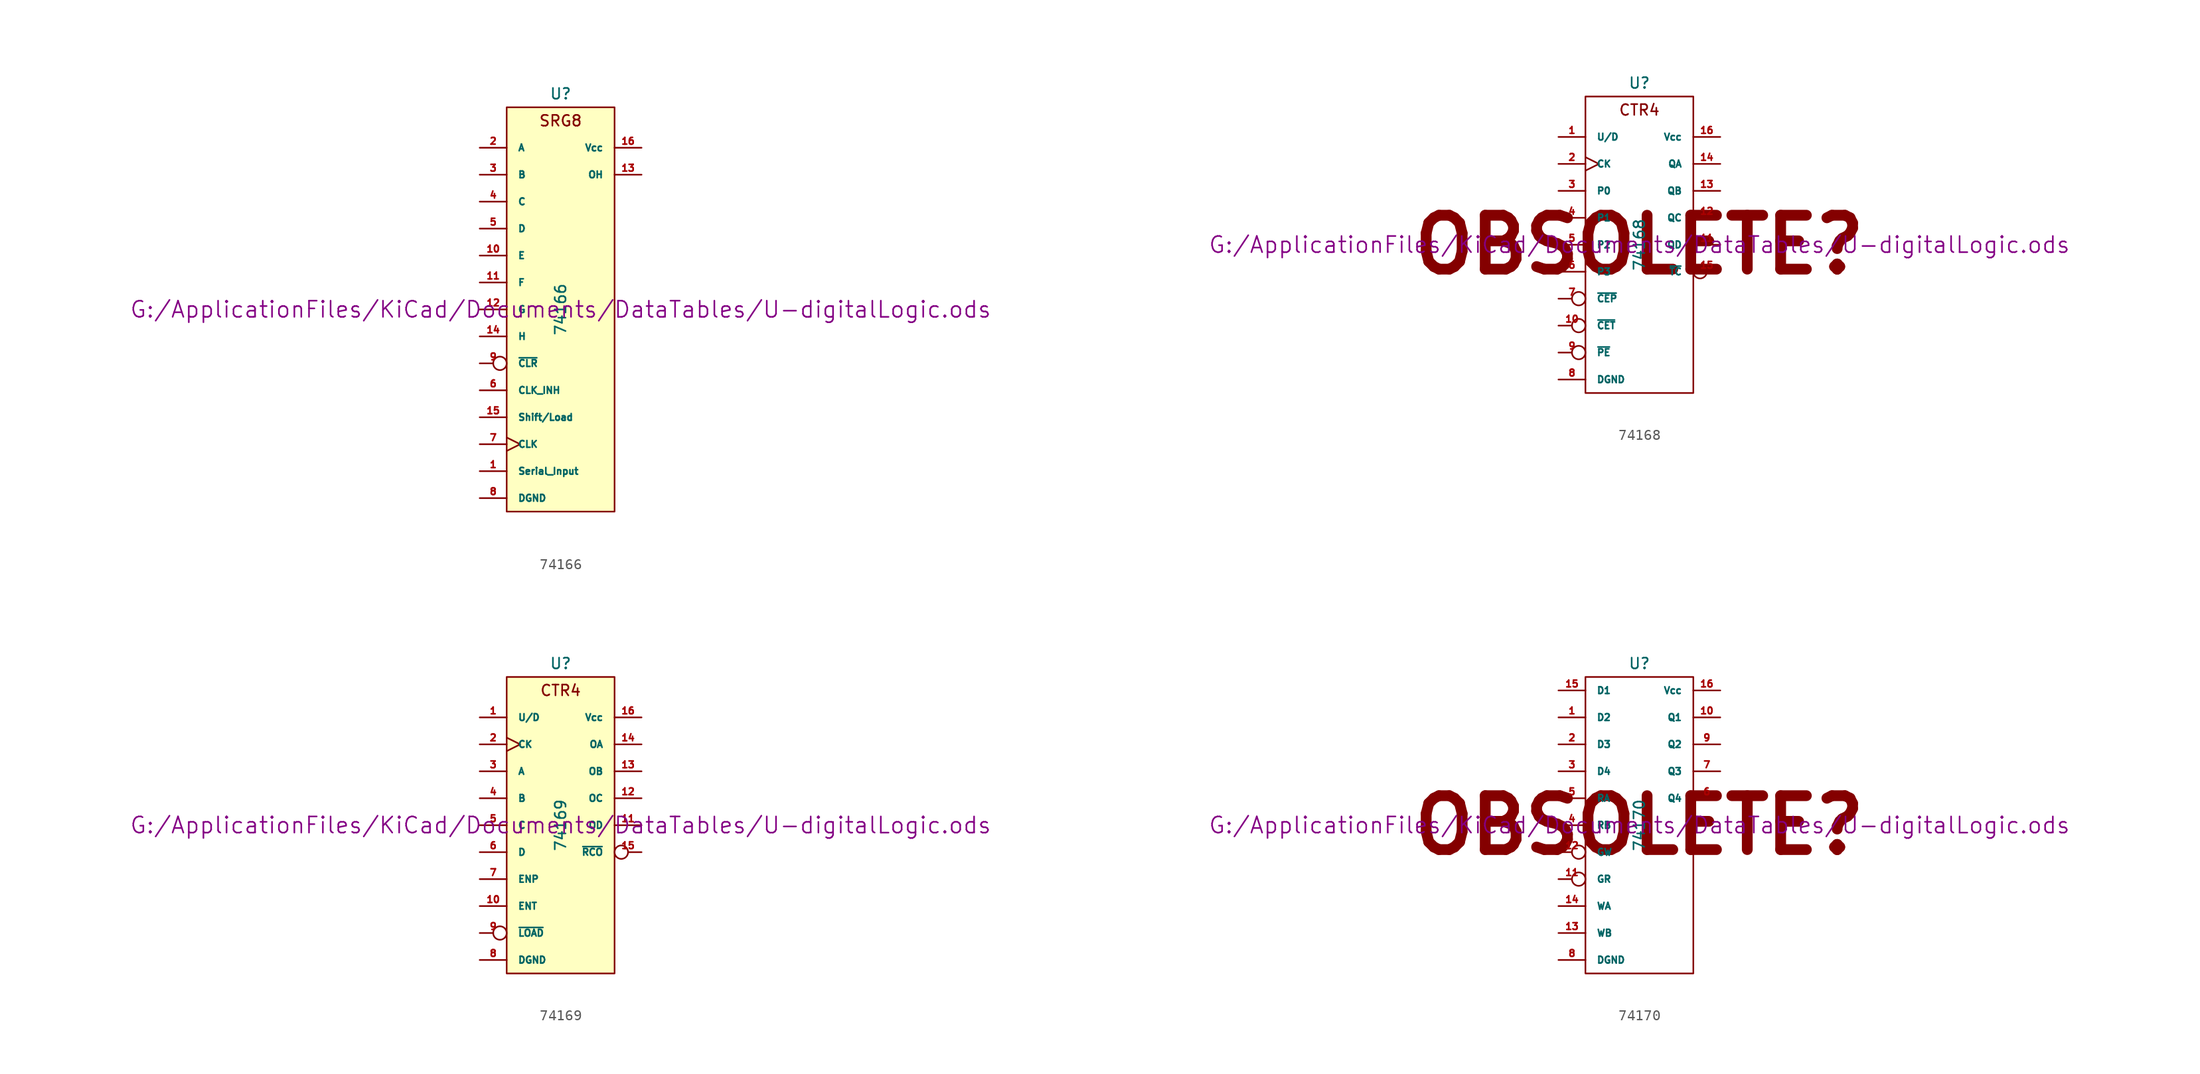
<source format=kicad_sym>
(kicad_symbol_lib
  (version 20211014)
  (generator kicad_symbol_editor)
  (symbol "74166"
    (pin_names
      (offset 1.016))
    (property "Reference" "U"
      (at 0 20.32 0)
      (effects (font (size 1.016 1.016))))
    (property "Value" "74166"
      (at 0 0 90)
      (effects (font (size 1.016 1.016))))
    (property "Footprint" ""
      (at 0 0 0)
      (effects (font (size 1.524 1.524))))
    (property "Datasheet" "G:/ApplicationFiles/KiCad/Documents/DataTables/U-digitalLogic.ods"
      (at 0 0 0)
      (effects (font (size 1.524 1.524))))
    (symbol "74166_0_0"
      (text "SRG8" (at 0 17.78 0) (effects (font (size 1.016 1.016)))))
    (symbol "74166_0_1"
      (rectangle (start -5.08 19.05) (end 5.08 -19.05) (stroke (width 0) (type default) (color 0 0 0 0)) (fill (type background))))
    (symbol "74166_1_1"
      (pin input line (at -7.62 -15.24 0) (length 2.54) (name "Serial_Input" (effects (font (size 0.635 0.635)))) (number "1" (effects (font (size 0.635 0.635)))))
      (pin input line (at -7.62 5.08 0) (length 2.54) (name "E" (effects (font (size 0.635 0.635)))) (number "10" (effects (font (size 0.635 0.635)))))
      (pin input line (at -7.62 2.54 0) (length 2.54) (name "F" (effects (font (size 0.635 0.635)))) (number "11" (effects (font (size 0.635 0.635)))))
      (pin input line (at -7.62 0 0) (length 2.54) (name "G" (effects (font (size 0.635 0.635)))) (number "12" (effects (font (size 0.635 0.635)))))
      (pin output line (at 7.62 12.7 180) (length 2.54) (name "OH" (effects (font (size 0.635 0.635)))) (number "13" (effects (font (size 0.635 0.635)))))
      (pin input line (at -7.62 -2.54 0) (length 2.54) (name "H" (effects (font (size 0.635 0.635)))) (number "14" (effects (font (size 0.635 0.635)))))
      (pin input line (at -7.62 -10.16 0) (length 2.54) (name "Shift/Load" (effects (font (size 0.635 0.635)))) (number "15" (effects (font (size 0.635 0.635)))))
      (pin power_in line (at 7.62 15.24 180) (length 2.54) (name "Vcc" (effects (font (size 0.635 0.635)))) (number "16" (effects (font (size 0.635 0.635)))))
      (pin input line (at -7.62 15.24 0) (length 2.54) (name "A" (effects (font (size 0.635 0.635)))) (number "2" (effects (font (size 0.635 0.635)))))
      (pin input line (at -7.62 12.7 0) (length 2.54) (name "B" (effects (font (size 0.635 0.635)))) (number "3" (effects (font (size 0.635 0.635)))))
      (pin input line (at -7.62 10.16 0) (length 2.54) (name "C" (effects (font (size 0.635 0.635)))) (number "4" (effects (font (size 0.635 0.635)))))
      (pin input line (at -7.62 7.62 0) (length 2.54) (name "D" (effects (font (size 0.635 0.635)))) (number "5" (effects (font (size 0.635 0.635)))))
      (pin input line (at -7.62 -7.62 0) (length 2.54) (name "CLK_INH" (effects (font (size 0.635 0.635)))) (number "6" (effects (font (size 0.635 0.635)))))
      (pin input clock (at -7.62 -12.7 0) (length 2.54) (name "CLK" (effects (font (size 0.635 0.635)))) (number "7" (effects (font (size 0.635 0.635)))))
      (pin power_in line (at -7.62 -17.78 0) (length 2.54) (name "DGND" (effects (font (size 0.635 0.635)))) (number "8" (effects (font (size 0.635 0.635)))))
      (pin input inverted (at -7.62 -5.08 0) (length 2.54) (name "~{CLR}" (effects (font (size 0.635 0.635)))) (number "9" (effects (font (size 0.635 0.635)))))))
  (symbol "74168"
    (pin_names
      (offset 1.016))
    (property "Reference" "U"
      (at 0 15.24 0)
      (effects (font (size 1.016 1.016))))
    (property "Value" "74168"
      (at 0 0 90)
      (effects (font (size 1.016 1.016))))
    (property "Footprint" ""
      (at 0 0 0)
      (effects (font (size 1.524 1.524))))
    (property "Datasheet" "G:/ApplicationFiles/KiCad/Documents/DataTables/U-digitalLogic.ods"
      (at 0 0 0)
      (effects (font (size 1.524 1.524))))
    (symbol "74168_0_0"
      (text "CTR4" (at 0 12.7 0) (effects (font (size 1.016 1.016))))
      (text "OBSOLETE?" (at 0 0 0) (effects (font (size 5.08 5.08) bold))))
    (symbol "74168_0_1"
      (rectangle (start -5.08 13.97) (end 5.08 -13.97) (stroke (width 0) (type default) (color 0 0 0 0)) (fill (type none))))
    (symbol "74168_1_1"
      (pin input line (at -7.62 10.16 0) (length 2.54) (name "U/D" (effects (font (size 0.635 0.635)))) (number "1" (effects (font (size 0.635 0.635)))))
      (pin input inverted (at -7.62 -7.62 0) (length 2.54) (name "~{CET}" (effects (font (size 0.635 0.635)))) (number "10" (effects (font (size 0.635 0.635)))))
      (pin output line (at 7.62 0 180) (length 2.54) (name "QD" (effects (font (size 0.635 0.635)))) (number "11" (effects (font (size 0.635 0.635)))))
      (pin output line (at 7.62 2.54 180) (length 2.54) (name "QC" (effects (font (size 0.635 0.635)))) (number "12" (effects (font (size 0.635 0.635)))))
      (pin output line (at 7.62 5.08 180) (length 2.54) (name "QB" (effects (font (size 0.635 0.635)))) (number "13" (effects (font (size 0.635 0.635)))))
      (pin output line (at 7.62 7.62 180) (length 2.54) (name "QA" (effects (font (size 0.635 0.635)))) (number "14" (effects (font (size 0.635 0.635)))))
      (pin output inverted (at 7.62 -2.54 180) (length 2.54) (name "~{TC}" (effects (font (size 0.635 0.635)))) (number "15" (effects (font (size 0.635 0.635)))))
      (pin power_in line (at 7.62 10.16 180) (length 2.54) (name "Vcc" (effects (font (size 0.635 0.635)))) (number "16" (effects (font (size 0.635 0.635)))))
      (pin input clock (at -7.62 7.62 0) (length 2.54) (name "CK" (effects (font (size 0.635 0.635)))) (number "2" (effects (font (size 0.635 0.635)))))
      (pin input line (at -7.62 5.08 0) (length 2.54) (name "P0" (effects (font (size 0.635 0.635)))) (number "3" (effects (font (size 0.635 0.635)))))
      (pin input line (at -7.62 2.54 0) (length 2.54) (name "P1" (effects (font (size 0.635 0.635)))) (number "4" (effects (font (size 0.635 0.635)))))
      (pin input line (at -7.62 0 0) (length 2.54) (name "P2" (effects (font (size 0.635 0.635)))) (number "5" (effects (font (size 0.635 0.635)))))
      (pin input line (at -7.62 -2.54 0) (length 2.54) (name "P3" (effects (font (size 0.635 0.635)))) (number "6" (effects (font (size 0.635 0.635)))))
      (pin input inverted (at -7.62 -5.08 0) (length 2.54) (name "~{CEP}" (effects (font (size 0.635 0.635)))) (number "7" (effects (font (size 0.635 0.635)))))
      (pin power_in line (at -7.62 -12.7 0) (length 2.54) (name "DGND" (effects (font (size 0.635 0.635)))) (number "8" (effects (font (size 0.635 0.635)))))
      (pin input inverted (at -7.62 -10.16 0) (length 2.54) (name "~{PE}" (effects (font (size 0.635 0.635)))) (number "9" (effects (font (size 0.635 0.635)))))))
  (symbol "74169"
    (pin_names
      (offset 1.016))
    (property "Reference" "U"
      (at 0 15.24 0)
      (effects (font (size 1.016 1.016))))
    (property "Value" "74169"
      (at 0 0 90)
      (effects (font (size 1.016 1.016))))
    (property "Footprint" ""
      (at 0 0 0)
      (effects (font (size 1.524 1.524))))
    (property "Datasheet" "G:/ApplicationFiles/KiCad/Documents/DataTables/U-digitalLogic.ods"
      (at 0 0 0)
      (effects (font (size 1.524 1.524))))
    (symbol "74169_0_0"
      (text "CTR4" (at 0 12.7 0) (effects (font (size 1.016 1.016)))))
    (symbol "74169_0_1"
      (rectangle (start -5.08 13.97) (end 5.08 -13.97) (stroke (width 0) (type default) (color 0 0 0 0)) (fill (type background))))
    (symbol "74169_1_1"
      (pin input line (at -7.62 10.16 0) (length 2.54) (name "U/D" (effects (font (size 0.635 0.635)))) (number "1" (effects (font (size 0.635 0.635)))))
      (pin input line (at -7.62 -7.62 0) (length 2.54) (name "ENT" (effects (font (size 0.635 0.635)))) (number "10" (effects (font (size 0.635 0.635)))))
      (pin output line (at 7.62 0 180) (length 2.54) (name "OD" (effects (font (size 0.635 0.635)))) (number "11" (effects (font (size 0.635 0.635)))))
      (pin output line (at 7.62 2.54 180) (length 2.54) (name "OC" (effects (font (size 0.635 0.635)))) (number "12" (effects (font (size 0.635 0.635)))))
      (pin output line (at 7.62 5.08 180) (length 2.54) (name "OB" (effects (font (size 0.635 0.635)))) (number "13" (effects (font (size 0.635 0.635)))))
      (pin output line (at 7.62 7.62 180) (length 2.54) (name "OA" (effects (font (size 0.635 0.635)))) (number "14" (effects (font (size 0.635 0.635)))))
      (pin output inverted (at 7.62 -2.54 180) (length 2.54) (name "~{RCO}" (effects (font (size 0.635 0.635)))) (number "15" (effects (font (size 0.635 0.635)))))
      (pin power_in line (at 7.62 10.16 180) (length 2.54) (name "Vcc" (effects (font (size 0.635 0.635)))) (number "16" (effects (font (size 0.635 0.635)))))
      (pin input clock (at -7.62 7.62 0) (length 2.54) (name "CK" (effects (font (size 0.635 0.635)))) (number "2" (effects (font (size 0.635 0.635)))))
      (pin input line (at -7.62 5.08 0) (length 2.54) (name "A" (effects (font (size 0.635 0.635)))) (number "3" (effects (font (size 0.635 0.635)))))
      (pin input line (at -7.62 2.54 0) (length 2.54) (name "B" (effects (font (size 0.635 0.635)))) (number "4" (effects (font (size 0.635 0.635)))))
      (pin input line (at -7.62 0 0) (length 2.54) (name "C" (effects (font (size 0.635 0.635)))) (number "5" (effects (font (size 0.635 0.635)))))
      (pin input line (at -7.62 -2.54 0) (length 2.54) (name "D" (effects (font (size 0.635 0.635)))) (number "6" (effects (font (size 0.635 0.635)))))
      (pin input line (at -7.62 -5.08 0) (length 2.54) (name "ENP" (effects (font (size 0.635 0.635)))) (number "7" (effects (font (size 0.635 0.635)))))
      (pin power_in line (at -7.62 -12.7 0) (length 2.54) (name "DGND" (effects (font (size 0.635 0.635)))) (number "8" (effects (font (size 0.635 0.635)))))
      (pin input inverted (at -7.62 -10.16 0) (length 2.54) (name "~{LOAD}" (effects (font (size 0.635 0.635)))) (number "9" (effects (font (size 0.635 0.635)))))))
  (symbol "74170"
    (pin_names
      (offset 1.016))
    (property "Reference" "U"
      (at 0 15.24 0)
      (effects (font (size 1.016 1.016))))
    (property "Value" "74170"
      (at 0 0 90)
      (effects (font (size 1.016 1.016))))
    (property "Footprint" ""
      (at 0 0 0)
      (effects (font (size 1.524 1.524))))
    (property "Datasheet" "G:/ApplicationFiles/KiCad/Documents/DataTables/U-digitalLogic.ods"
      (at 0 0 0)
      (effects (font (size 1.524 1.524))))
    (symbol "74170_0_0"
      (text "OBSOLETE?" (at 0 0 0) (effects (font (size 5.08 5.08) bold))))
    (symbol "74170_0_1"
      (rectangle (start -5.08 13.97) (end 5.08 -13.97) (stroke (width 0) (type default) (color 0 0 0 0)) (fill (type none))))
    (symbol "74170_1_1"
      (pin input line (at -7.62 10.16 0) (length 2.54) (name "D2" (effects (font (size 0.635 0.635)))) (number "1" (effects (font (size 0.635 0.635)))))
      (pin open_collector line (at 7.62 10.16 180) (length 2.54) (name "Q1" (effects (font (size 0.635 0.635)))) (number "10" (effects (font (size 0.635 0.635)))))
      (pin input inverted (at -7.62 -5.08 0) (length 2.54) (name "GR" (effects (font (size 0.635 0.635)))) (number "11" (effects (font (size 0.635 0.635)))))
      (pin input inverted (at -7.62 -2.54 0) (length 2.54) (name "GW" (effects (font (size 0.635 0.635)))) (number "12" (effects (font (size 0.635 0.635)))))
      (pin input line (at -7.62 -10.16 0) (length 2.54) (name "WB" (effects (font (size 0.635 0.635)))) (number "13" (effects (font (size 0.635 0.635)))))
      (pin input line (at -7.62 -7.62 0) (length 2.54) (name "WA" (effects (font (size 0.635 0.635)))) (number "14" (effects (font (size 0.635 0.635)))))
      (pin input line (at -7.62 12.7 0) (length 2.54) (name "D1" (effects (font (size 0.635 0.635)))) (number "15" (effects (font (size 0.635 0.635)))))
      (pin power_in line (at 7.62 12.7 180) (length 2.54) (name "Vcc" (effects (font (size 0.635 0.635)))) (number "16" (effects (font (size 0.635 0.635)))))
      (pin input line (at -7.62 7.62 0) (length 2.54) (name "D3" (effects (font (size 0.635 0.635)))) (number "2" (effects (font (size 0.635 0.635)))))
      (pin input line (at -7.62 5.08 0) (length 2.54) (name "D4" (effects (font (size 0.635 0.635)))) (number "3" (effects (font (size 0.635 0.635)))))
      (pin input line (at -7.62 0 0) (length 2.54) (name "RB" (effects (font (size 0.635 0.635)))) (number "4" (effects (font (size 0.635 0.635)))))
      (pin input line (at -7.62 2.54 0) (length 2.54) (name "RA" (effects (font (size 0.635 0.635)))) (number "5" (effects (font (size 0.635 0.635)))))
      (pin open_collector line (at 7.62 2.54 180) (length 2.54) (name "Q4" (effects (font (size 0.635 0.635)))) (number "6" (effects (font (size 0.635 0.635)))))
      (pin open_collector line (at 7.62 5.08 180) (length 2.54) (name "Q3" (effects (font (size 0.635 0.635)))) (number "7" (effects (font (size 0.635 0.635)))))
      (pin power_in line (at -7.62 -12.7 0) (length 2.54) (name "DGND" (effects (font (size 0.635 0.635)))) (number "8" (effects (font (size 0.635 0.635)))))
      (pin open_collector line (at 7.62 7.62 180) (length 2.54) (name "Q2" (effects (font (size 0.635 0.635)))) (number "9" (effects (font (size 0.635 0.635))))))))
</source>
